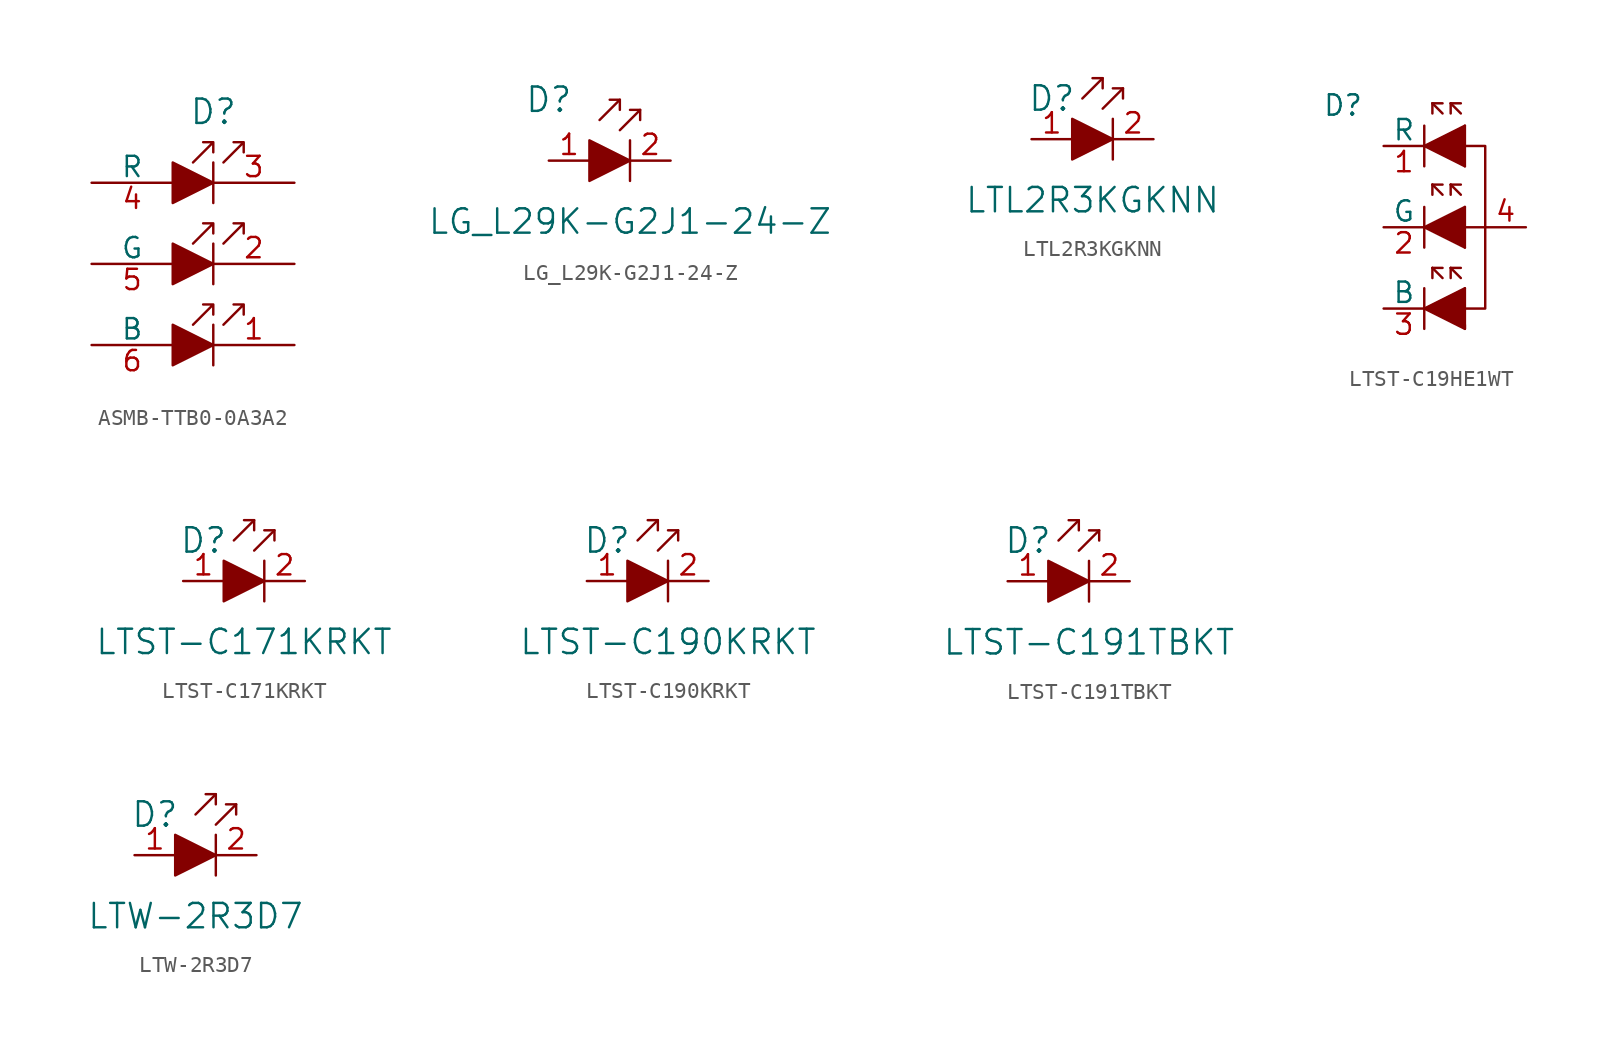
<source format=kicad_sym>
(kicad_symbol_lib
  (version 20220914)
  (generator kicad_symbol_editor)
  (symbol "ASMB-TTB0-0A3A2"
    (pin_names
      (offset 0))
    (property "Reference" "D"
      (at 0 4.445 0)
      (effects (font (size 1.524 1.524))))
    (symbol "ASMB-TTB0-0A3A2_0_1"
      (polyline (pts (xy 0 -8.89) (xy 0 -11.43)) (stroke (width 0) (type solid)) (fill (type none)))
      (polyline (pts (xy 0 -3.81) (xy 0 -6.35)) (stroke (width 0) (type solid)) (fill (type none)))
      (polyline (pts (xy 0 1.27) (xy 0 -1.27)) (stroke (width 0) (type solid)) (fill (type none)))
      (polyline (pts (xy -2.54 -8.89) (xy -2.54 -11.43) (xy 0 -10.16) (xy -2.54 -8.89)) (stroke (width 0) (type solid)) (fill (type outline)))
      (polyline (pts (xy -2.54 -3.81) (xy -2.54 -6.35) (xy 0 -5.08) (xy -2.54 -3.81)) (stroke (width 0) (type solid)) (fill (type outline)))
      (polyline (pts (xy -2.54 1.27) (xy -2.54 -1.27) (xy 0 0) (xy -2.54 1.27)) (stroke (width 0) (type solid)) (fill (type outline))))
    (symbol "ASMB-TTB0-0A3A2_1_1"
      (polyline (pts (xy 0.635 -8.89) (xy 1.905 -7.62) (xy 1.27 -7.62) (xy 1.905 -7.62) (xy 1.905 -8.255)) (stroke (width 0) (type solid)) (fill (type none)))
      (polyline (pts (xy 0.635 -3.81) (xy 1.905 -2.54) (xy 1.27 -2.54) (xy 1.905 -2.54) (xy 1.905 -3.175)) (stroke (width 0) (type solid)) (fill (type none)))
      (polyline (pts (xy 0.635 1.27) (xy 1.905 2.54) (xy 1.27 2.54) (xy 1.905 2.54) (xy 1.905 1.905)) (stroke (width 0) (type solid)) (fill (type none)))
      (polyline (pts (xy 0 -7.62) (xy 0 -8.255) (xy 0 -7.62) (xy -0.635 -7.62) (xy 0 -7.62) (xy -1.27 -8.89)) (stroke (width 0) (type solid)) (fill (type none)))
      (polyline (pts (xy 0 -2.54) (xy 0 -3.175) (xy 0 -2.54) (xy -0.635 -2.54) (xy 0 -2.54) (xy -1.27 -3.81)) (stroke (width 0) (type solid)) (fill (type none)))
      (polyline (pts (xy 0 2.54) (xy 0 1.905) (xy 0 2.54) (xy -0.635 2.54) (xy 0 2.54) (xy -1.27 1.27)) (stroke (width 0) (type solid)) (fill (type none)))
      (pin output line (at 5.08 -10.16 180) (length 5.08) (name "~" (effects (font (size 1.27 1.27)))) (number "1" (effects (font (size 1.27 1.27)))))
      (pin output line (at 5.08 -5.08 180) (length 5.08) (name "~" (effects (font (size 1.27 1.27)))) (number "2" (effects (font (size 1.27 1.27)))))
      (pin output line (at 5.08 0 180) (length 5.08) (name "~" (effects (font (size 1.27 1.27)))) (number "3" (effects (font (size 1.27 1.27)))))
      (pin input line (at -7.62 0 0) (length 5.08) (name "R" (effects (font (size 1.27 1.27)))) (number "4" (effects (font (size 1.27 1.27)))))
      (pin input line (at -7.62 -5.08 0) (length 5.08) (name "G" (effects (font (size 1.27 1.27)))) (number "5" (effects (font (size 1.27 1.27)))))
      (pin input line (at -7.62 -10.16 0) (length 5.08) (name "B" (effects (font (size 1.27 1.27)))) (number "6" (effects (font (size 1.27 1.27)))))))
  (symbol "LG_L29K-G2J1-24-Z"
    (pin_names
      (offset 0))
    (property "Reference" "D"
      (at -5.08 3.81 0)
      (effects (font (size 1.524 1.524))))
    (property "Value" "LG_L29K-G2J1-24-Z"
      (at 0 -3.81 0)
      (effects (font (size 1.524 1.524))))
    (symbol "LG_L29K-G2J1-24-Z_0_1"
      (polyline (pts (xy -0.635 3.81) (xy -1.905 2.54)) (stroke (width 0) (type solid)) (fill (type none)))
      (polyline (pts (xy 0 1.27) (xy 0 -1.27)) (stroke (width 0) (type solid)) (fill (type none)))
      (polyline (pts (xy 0.635 3.175) (xy -0.635 1.905)) (stroke (width 0) (type solid)) (fill (type none)))
      (polyline (pts (xy -1.27 3.81) (xy -0.635 3.81) (xy -0.635 3.175)) (stroke (width 0) (type solid)) (fill (type none)))
      (polyline (pts (xy 0 3.175) (xy 0.635 3.175) (xy 0.635 2.54)) (stroke (width 0) (type solid)) (fill (type none)))
      (polyline (pts (xy -2.54 1.27) (xy -2.54 -1.27) (xy 0 0) (xy -2.54 1.27)) (stroke (width 0) (type solid)) (fill (type outline))))
    (symbol "LG_L29K-G2J1-24-Z_1_1"
      (pin passive line (at -5.08 0 0) (length 2.54) (name "~" (effects (font (size 1.27 1.27)))) (number "1" (effects (font (size 1.27 1.27)))))
      (pin passive line (at 2.54 0 180) (length 2.54) (name "~" (effects (font (size 1.27 1.27)))) (number "2" (effects (font (size 1.27 1.27)))))))
  (symbol "LTL2R3KGKNN"
    (pin_names
      (offset 0))
    (property "Reference" "D"
      (at -3.81 2.54 0)
      (effects (font (size 1.524 1.524))))
    (property "Value" "LTL2R3KGKNN"
      (at -1.27 -3.81 0)
      (effects (font (size 1.524 1.524))))
    (symbol "LTL2R3KGKNN_0_1"
      (polyline (pts (xy -0.635 3.81) (xy -1.905 2.54)) (stroke (width 0) (type solid)) (fill (type none)))
      (polyline (pts (xy 0 1.27) (xy 0 -1.27)) (stroke (width 0) (type solid)) (fill (type none)))
      (polyline (pts (xy 0.635 3.175) (xy -0.635 1.905)) (stroke (width 0) (type solid)) (fill (type none)))
      (polyline (pts (xy -1.27 3.81) (xy -0.635 3.81) (xy -0.635 3.175)) (stroke (width 0) (type solid)) (fill (type none)))
      (polyline (pts (xy 0 3.175) (xy 0.635 3.175) (xy 0.635 2.54)) (stroke (width 0) (type solid)) (fill (type none)))
      (polyline (pts (xy -2.54 1.27) (xy -2.54 -1.27) (xy 0 0) (xy -2.54 1.27)) (stroke (width 0) (type solid)) (fill (type outline))))
    (symbol "LTL2R3KGKNN_1_1"
      (pin passive line (at -5.08 0 0) (length 2.54) (name "~" (effects (font (size 1.27 1.27)))) (number "1" (effects (font (size 1.27 1.27)))))
      (pin passive line (at 2.54 0 180) (length 2.54) (name "~" (effects (font (size 1.27 1.27)))) (number "2" (effects (font (size 1.27 1.27)))))))
  (symbol "LTST-C19HE1WT"
    (pin_names
      (offset 0))
    (property "Reference" "D"
      (at -7.62 7.62 0)
      (effects (font (size 1.27 1.27))))
    (symbol "LTST-C19HE1WT_0_1"
      (polyline (pts (xy -2.54 -6.35) (xy -2.54 -3.81)) (stroke (width 0) (type solid)) (fill (type none)))
      (polyline (pts (xy -2.54 -1.27) (xy -2.54 1.27)) (stroke (width 0) (type solid)) (fill (type none)))
      (polyline (pts (xy -2.54 3.81) (xy -2.54 6.35)) (stroke (width 0) (type solid)) (fill (type none)))
      (polyline (pts (xy 0 -3.81) (xy 0 -6.35)) (stroke (width 0) (type solid)) (fill (type none)))
      (polyline (pts (xy 0 0) (xy 1.27 0)) (stroke (width 0) (type solid)) (fill (type none)))
      (polyline (pts (xy 0 1.27) (xy 0 -1.27)) (stroke (width 0) (type solid)) (fill (type none)))
      (polyline (pts (xy 0 6.35) (xy 0 3.81)) (stroke (width 0) (type solid)) (fill (type none)))
      (polyline (pts (xy 0 1.27) (xy -2.54 0) (xy 0 -1.27)) (stroke (width 0) (type solid)) (fill (type outline)))
      (polyline (pts (xy 0 6.35) (xy -2.54 5.08) (xy 0 3.81)) (stroke (width 0) (type solid)) (fill (type outline)))
      (polyline (pts (xy 0 -3.81) (xy -2.54 -5.08) (xy 0 -6.35) (xy 0 -6.096)) (stroke (width 0) (type solid)) (fill (type outline)))
      (polyline (pts (xy 0 5.08) (xy 1.27 5.08) (xy 1.27 -5.08) (xy 0 -5.08)) (stroke (width 0) (type solid)) (fill (type none))))
    (symbol "LTST-C19HE1WT_1_1"
      (polyline (pts (xy -2.032 -2.54) (xy -2.032 -3.175)) (stroke (width 0) (type solid)) (fill (type none)))
      (polyline (pts (xy -2.032 -2.54) (xy -1.397 -3.175)) (stroke (width 0) (type solid)) (fill (type none)))
      (polyline (pts (xy -2.032 -2.54) (xy -1.397 -2.54)) (stroke (width 0) (type solid)) (fill (type none)))
      (polyline (pts (xy -2.032 2.667) (xy -2.032 2.032)) (stroke (width 0) (type solid)) (fill (type none)))
      (polyline (pts (xy -2.032 2.667) (xy -1.397 2.032)) (stroke (width 0) (type solid)) (fill (type none)))
      (polyline (pts (xy -2.032 2.667) (xy -1.397 2.667)) (stroke (width 0) (type solid)) (fill (type none)))
      (polyline (pts (xy -2.032 7.747) (xy -2.032 7.112)) (stroke (width 0) (type solid)) (fill (type none)))
      (polyline (pts (xy -2.032 7.747) (xy -1.397 7.112)) (stroke (width 0) (type solid)) (fill (type none)))
      (polyline (pts (xy -2.032 7.747) (xy -1.397 7.747)) (stroke (width 0) (type solid)) (fill (type none)))
      (polyline (pts (xy -0.889 -2.54) (xy -0.889 -3.175)) (stroke (width 0) (type solid)) (fill (type none)))
      (polyline (pts (xy -0.889 -2.54) (xy -0.254 -3.175)) (stroke (width 0) (type solid)) (fill (type none)))
      (polyline (pts (xy -0.889 -2.54) (xy -0.254 -2.54)) (stroke (width 0) (type solid)) (fill (type none)))
      (polyline (pts (xy -0.889 2.667) (xy -0.889 2.032)) (stroke (width 0) (type solid)) (fill (type none)))
      (polyline (pts (xy -0.889 2.667) (xy -0.254 2.032)) (stroke (width 0) (type solid)) (fill (type none)))
      (polyline (pts (xy -0.889 2.667) (xy -0.254 2.667)) (stroke (width 0) (type solid)) (fill (type none)))
      (polyline (pts (xy -0.889 7.747) (xy -0.889 7.112)) (stroke (width 0) (type solid)) (fill (type none)))
      (polyline (pts (xy -0.889 7.747) (xy -0.254 7.112)) (stroke (width 0) (type solid)) (fill (type none)))
      (polyline (pts (xy -0.889 7.747) (xy -0.254 7.747)) (stroke (width 0) (type solid)) (fill (type none)))
      (pin passive line (at -5.08 5.08 0) (length 2.54) (name "R" (effects (font (size 1.27 1.27)))) (number "1" (effects (font (size 1.27 1.27)))))
      (pin passive line (at -5.08 0 0) (length 2.54) (name "G" (effects (font (size 1.27 1.27)))) (number "2" (effects (font (size 1.27 1.27)))))
      (pin passive line (at -5.08 -5.08 0) (length 2.54) (name "B" (effects (font (size 1.27 1.27)))) (number "3" (effects (font (size 1.27 1.27)))))
      (pin passive line (at 3.81 0 180) (length 2.54) (name "~" (effects (font (size 1.27 1.27)))) (number "4" (effects (font (size 1.27 1.27)))))))
  (symbol "LTST-C171KRKT"
    (pin_names
      (offset 0))
    (property "Reference" "D"
      (at -3.81 2.54 0)
      (effects (font (size 1.524 1.524))))
    (property "Value" "LTST-C171KRKT"
      (at -1.27 -3.81 0)
      (effects (font (size 1.524 1.524))))
    (symbol "LTST-C171KRKT_0_1"
      (polyline (pts (xy -0.635 3.81) (xy -1.905 2.54)) (stroke (width 0) (type solid)) (fill (type none)))
      (polyline (pts (xy 0 1.27) (xy 0 -1.27)) (stroke (width 0) (type solid)) (fill (type none)))
      (polyline (pts (xy 0.635 3.175) (xy -0.635 1.905)) (stroke (width 0) (type solid)) (fill (type none)))
      (polyline (pts (xy -1.27 3.81) (xy -0.635 3.81) (xy -0.635 3.175)) (stroke (width 0) (type solid)) (fill (type none)))
      (polyline (pts (xy 0 3.175) (xy 0.635 3.175) (xy 0.635 2.54)) (stroke (width 0) (type solid)) (fill (type none)))
      (polyline (pts (xy -2.54 1.27) (xy -2.54 -1.27) (xy 0 0) (xy -2.54 1.27)) (stroke (width 0) (type solid)) (fill (type outline))))
    (symbol "LTST-C171KRKT_1_1"
      (pin passive line (at -5.08 0 0) (length 2.54) (name "~" (effects (font (size 1.27 1.27)))) (number "1" (effects (font (size 1.27 1.27)))))
      (pin passive line (at 2.54 0 180) (length 2.54) (name "~" (effects (font (size 1.27 1.27)))) (number "2" (effects (font (size 1.27 1.27)))))))
  (symbol "LTST-C190KRKT"
    (pin_names
      (offset 0))
    (property "Reference" "D"
      (at -3.81 2.54 0)
      (effects (font (size 1.524 1.524))))
    (property "Value" "LTST-C190KRKT"
      (at 0 -3.81 0)
      (effects (font (size 1.524 1.524))))
    (symbol "LTST-C190KRKT_0_1"
      (polyline (pts (xy -0.635 3.81) (xy -1.905 2.54)) (stroke (width 0) (type solid)) (fill (type none)))
      (polyline (pts (xy 0 1.27) (xy 0 -1.27)) (stroke (width 0) (type solid)) (fill (type none)))
      (polyline (pts (xy 0.635 3.175) (xy -0.635 1.905)) (stroke (width 0) (type solid)) (fill (type none)))
      (polyline (pts (xy -1.27 3.81) (xy -0.635 3.81) (xy -0.635 3.175)) (stroke (width 0) (type solid)) (fill (type none)))
      (polyline (pts (xy 0 3.175) (xy 0.635 3.175) (xy 0.635 2.54)) (stroke (width 0) (type solid)) (fill (type none)))
      (polyline (pts (xy -2.54 1.27) (xy -2.54 -1.27) (xy 0 0) (xy -2.54 1.27)) (stroke (width 0) (type solid)) (fill (type outline))))
    (symbol "LTST-C190KRKT_1_1"
      (pin passive line (at -5.08 0 0) (length 2.54) (name "~" (effects (font (size 1.27 1.27)))) (number "1" (effects (font (size 1.27 1.27)))))
      (pin passive line (at 2.54 0 180) (length 2.54) (name "~" (effects (font (size 1.27 1.27)))) (number "2" (effects (font (size 1.27 1.27)))))))
  (symbol "LTST-C191TBKT"
    (pin_names
      (offset 0))
    (property "Reference" "D"
      (at -3.81 2.54 0)
      (effects (font (size 1.524 1.524))))
    (property "Value" "LTST-C191TBKT"
      (at 0 -3.81 0)
      (effects (font (size 1.524 1.524))))
    (symbol "LTST-C191TBKT_0_1"
      (polyline (pts (xy -0.635 3.81) (xy -1.905 2.54)) (stroke (width 0) (type solid)) (fill (type none)))
      (polyline (pts (xy 0 1.27) (xy 0 -1.27)) (stroke (width 0) (type solid)) (fill (type none)))
      (polyline (pts (xy 0.635 3.175) (xy -0.635 1.905)) (stroke (width 0) (type solid)) (fill (type none)))
      (polyline (pts (xy -1.27 3.81) (xy -0.635 3.81) (xy -0.635 3.175)) (stroke (width 0) (type solid)) (fill (type none)))
      (polyline (pts (xy 0 3.175) (xy 0.635 3.175) (xy 0.635 2.54)) (stroke (width 0) (type solid)) (fill (type none)))
      (polyline (pts (xy -2.54 1.27) (xy -2.54 -1.27) (xy 0 0) (xy -2.54 1.27)) (stroke (width 0) (type solid)) (fill (type outline))))
    (symbol "LTST-C191TBKT_1_1"
      (pin passive line (at -5.08 0 0) (length 2.54) (name "~" (effects (font (size 1.27 1.27)))) (number "1" (effects (font (size 1.27 1.27)))))
      (pin passive line (at 2.54 0 180) (length 2.54) (name "~" (effects (font (size 1.27 1.27)))) (number "2" (effects (font (size 1.27 1.27)))))))
  (symbol "LTW-2R3D7"
    (pin_names
      (offset 0))
    (property "Reference" "D"
      (at -3.81 2.54 0)
      (effects (font (size 1.524 1.524))))
    (property "Value" "LTW-2R3D7"
      (at -1.27 -3.81 0)
      (effects (font (size 1.524 1.524))))
    (symbol "LTW-2R3D7_0_1"
      (polyline (pts (xy 0 1.27) (xy 0 -1.27)) (stroke (width 0) (type solid)) (fill (type none)))
      (polyline (pts (xy 0 3.81) (xy -1.27 2.54)) (stroke (width 0) (type solid)) (fill (type none)))
      (polyline (pts (xy 1.27 3.175) (xy 0 1.905)) (stroke (width 0) (type solid)) (fill (type none)))
      (polyline (pts (xy -0.635 3.81) (xy 0 3.81) (xy 0 3.175)) (stroke (width 0) (type solid)) (fill (type none)))
      (polyline (pts (xy 0.635 3.175) (xy 1.27 3.175) (xy 1.27 2.54)) (stroke (width 0) (type solid)) (fill (type none)))
      (polyline (pts (xy -2.54 1.27) (xy -2.54 -1.27) (xy 0 0) (xy -2.54 1.27)) (stroke (width 0) (type solid)) (fill (type outline))))
    (symbol "LTW-2R3D7_1_1"
      (pin passive line (at -5.08 0 0) (length 2.54) (name "~" (effects (font (size 1.27 1.27)))) (number "1" (effects (font (size 1.27 1.27)))))
      (pin passive line (at 2.54 0 180) (length 2.54) (name "~" (effects (font (size 1.27 1.27)))) (number "2" (effects (font (size 1.27 1.27))))))))
</source>
